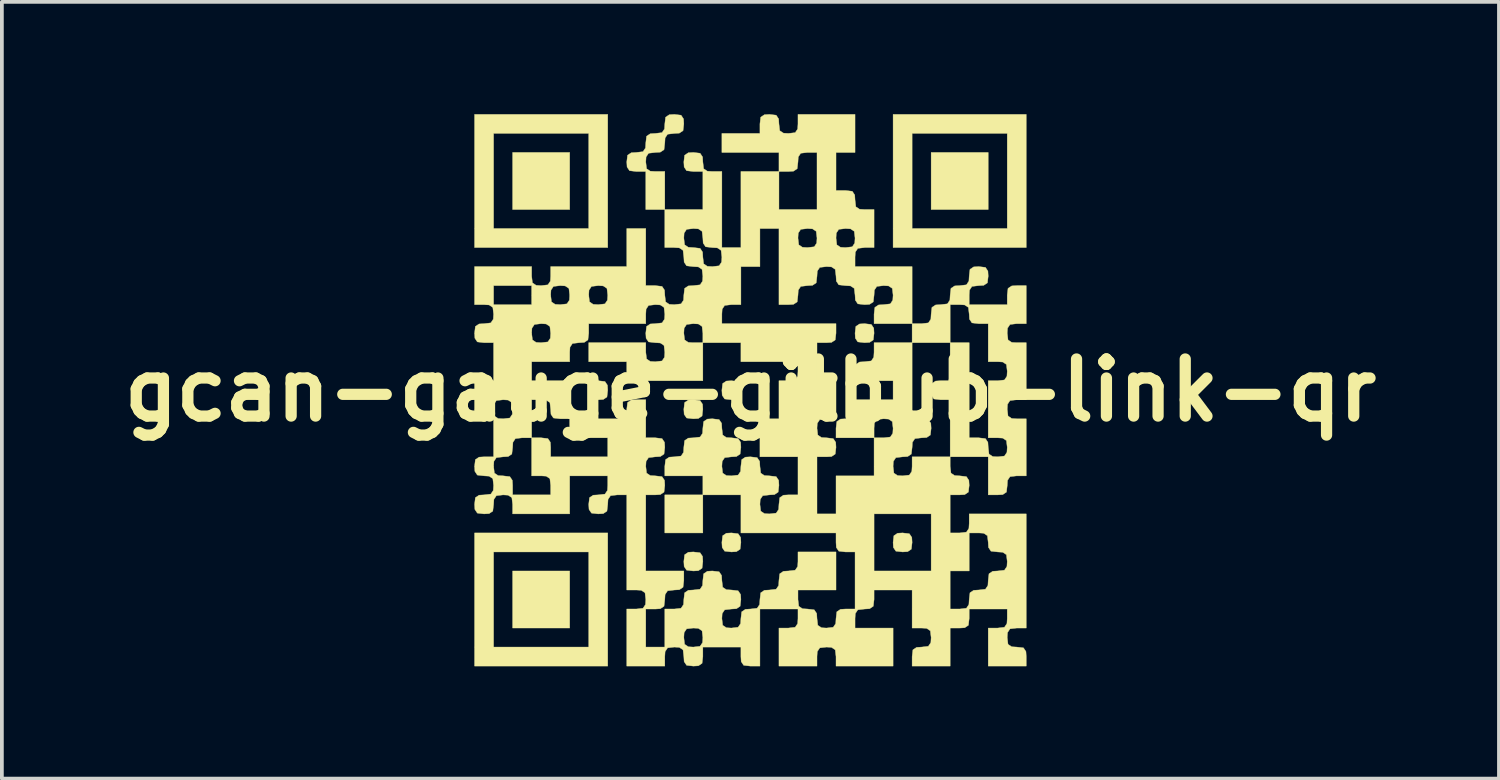
<source format=kicad_pcb>
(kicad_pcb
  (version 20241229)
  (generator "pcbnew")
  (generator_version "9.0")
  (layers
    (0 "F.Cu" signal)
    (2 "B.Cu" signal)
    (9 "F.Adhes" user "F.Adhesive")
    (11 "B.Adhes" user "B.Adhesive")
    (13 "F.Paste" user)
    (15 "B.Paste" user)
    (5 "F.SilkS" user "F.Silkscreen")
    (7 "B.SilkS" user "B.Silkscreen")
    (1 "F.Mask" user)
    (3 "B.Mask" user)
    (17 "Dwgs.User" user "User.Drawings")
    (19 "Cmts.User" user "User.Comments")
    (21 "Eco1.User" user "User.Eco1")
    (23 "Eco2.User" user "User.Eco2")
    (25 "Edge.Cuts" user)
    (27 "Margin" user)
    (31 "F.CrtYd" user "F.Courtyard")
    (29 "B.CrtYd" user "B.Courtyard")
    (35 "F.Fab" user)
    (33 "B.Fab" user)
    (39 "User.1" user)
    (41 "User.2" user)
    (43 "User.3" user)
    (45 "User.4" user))
  (footprint "gcan-gauge-github-link-qr"
    (layer "F.Cu")
    (at 16.989 7.371)
    (property "Reference" "gcan-gauge-github-link-qr" (at 0 0 0) (layer "F.SilkS") (effects (font (size 1.524 1.524) (thickness 0.3))))
    (attr through_hole)
    (fp_poly (pts (xy -4.826 -4.826) (xy -6.35 -4.826) (xy -6.35 -6.35) (xy -4.826 -6.35) (xy -4.826 -4.826)) (stroke (width 0.01) (type solid)) (fill yes) (layer "F.SilkS"))
    (fp_poly (pts (xy -4.826 6.35) (xy -6.35 6.35) (xy -6.35 4.826) (xy -4.826 4.826) (xy -4.826 6.35)) (stroke (width 0.01) (type solid)) (fill yes) (layer "F.SilkS"))
    (fp_poly (pts (xy -1.27 3.81) (xy -2.286 3.81) (xy -2.286 2.794) (xy -1.27 2.794) (xy -1.27 3.81)) (stroke (width 0.01) (type solid)) (fill yes) (layer "F.SilkS"))
    (fp_poly (pts (xy 6.35 -4.826) (xy 4.826 -4.826) (xy 4.826 -6.35) (xy 6.35 -6.35) (xy 6.35 -4.826)) (stroke (width 0.01) (type solid)) (fill yes) (layer "F.SilkS"))
    (fp_poly (pts (xy -3.81 -3.81) (xy -7.366 -3.81) (xy -7.366 -6.858) (xy -6.858 -6.858) (xy -6.858 -4.318) (xy -4.318 -4.318) (xy -4.318 -6.858) (xy -6.858 -6.858) (xy -7.366 -6.858) (xy -7.366 -7.366) (xy -3.81 -7.366) (xy -3.81 -3.81)) (stroke (width 0.01) (type solid)) (fill yes) (layer "F.SilkS"))
    (fp_poly (pts (xy -3.81 7.366) (xy -7.366 7.366) (xy -7.366 4.318) (xy -6.858 4.318) (xy -6.858 6.858) (xy -4.318 6.858) (xy -4.318 4.318) (xy -6.858 4.318) (xy -7.366 4.318) (xy -7.366 3.81) (xy -3.81 3.81) (xy -3.81 7.366)) (stroke (width 0.01) (type solid)) (fill yes) (layer "F.SilkS"))
    (fp_poly (pts (xy 7.366 -3.81) (xy 3.81 -3.81) (xy 3.81 -6.858) (xy 4.318 -6.858) (xy 4.318 -4.318) (xy 6.858 -4.318) (xy 6.858 -6.858) (xy 4.318 -6.858) (xy 3.81 -6.858) (xy 3.81 -7.366) (xy 7.366 -7.366) (xy 7.366 -3.81)) (stroke (width 0.01) (type solid)) (fill yes) (layer "F.SilkS"))
    (fp_poly (pts (xy -3.884 -0.233) (xy -3.818 -0.134) (xy -3.81 0) (xy -3.831 0.18) (xy -3.93 0.246) (xy -4.064 0.254) (xy -4.244 0.233) (xy -4.31 0.134) (xy -4.318 0) (xy -4.297 -0.18) (xy -4.198 -0.246) (xy -4.064 -0.254) (xy -3.884 -0.233)) (stroke (width 0.01) (type solid)) (fill yes) (layer "F.SilkS"))
    (fp_poly (pts (xy -1.344 0.275) (xy -1.278 0.374) (xy -1.27 0.508) (xy -1.291 0.688) (xy -1.39 0.754) (xy -1.524 0.762) (xy -1.704 0.741) (xy -1.77 0.642) (xy -1.778 0.508) (xy -1.757 0.328) (xy -1.658 0.262) (xy -1.524 0.254) (xy -1.344 0.275)) (stroke (width 0.01) (type solid)) (fill yes) (layer "F.SilkS"))
    (fp_poly (pts (xy -1.344 4.339) (xy -1.278 4.438) (xy -1.27 4.572) (xy -1.291 4.752) (xy -1.39 4.818) (xy -1.524 4.826) (xy -1.704 4.805) (xy -1.77 4.706) (xy -1.778 4.572) (xy -1.757 4.392) (xy -1.658 4.326) (xy -1.524 4.318) (xy -1.344 4.339)) (stroke (width 0.01) (type solid)) (fill yes) (layer "F.SilkS"))
    (fp_poly (pts (xy -0.328 -0.233) (xy -0.262 -0.134) (xy -0.254 0) (xy -0.275 0.18) (xy -0.374 0.246) (xy -0.508 0.254) (xy -0.688 0.233) (xy -0.754 0.134) (xy -0.762 0) (xy -0.741 -0.18) (xy -0.642 -0.246) (xy -0.508 -0.254) (xy -0.328 -0.233)) (stroke (width 0.01) (type solid)) (fill yes) (layer "F.SilkS"))
    (fp_poly (pts (xy -0.328 3.831) (xy -0.262 3.93) (xy -0.254 4.064) (xy -0.275 4.244) (xy -0.374 4.31) (xy -0.508 4.318) (xy -0.688 4.297) (xy -0.754 4.198) (xy -0.762 4.064) (xy -0.741 3.884) (xy -0.642 3.818) (xy -0.508 3.81) (xy -0.328 3.831)) (stroke (width 0.01) (type solid)) (fill yes) (layer "F.SilkS"))
    (fp_poly (pts (xy 3.228 -1.757) (xy 3.294 -1.658) (xy 3.302 -1.524) (xy 3.281 -1.344) (xy 3.182 -1.278) (xy 3.048 -1.27) (xy 2.868 -1.291) (xy 2.802 -1.39) (xy 2.794 -1.524) (xy 2.815 -1.704) (xy 2.914 -1.77) (xy 3.048 -1.778) (xy 3.228 -1.757)) (stroke (width 0.01) (type solid)) (fill yes) (layer "F.SilkS"))
    (fp_poly (pts (xy 4.244 3.831) (xy 4.31 3.93) (xy 4.318 4.064) (xy 4.297 4.244) (xy 4.198 4.31) (xy 4.064 4.318) (xy 3.884 4.297) (xy 3.818 4.198) (xy 3.81 4.064) (xy 3.831 3.884) (xy 3.93 3.818) (xy 4.064 3.81) (xy 4.244 3.831)) (stroke (width 0.01) (type solid)) (fill yes) (layer "F.SilkS"))
    (fp_poly (pts (xy -1.852 -7.345) (xy -1.786 -7.246) (xy -1.778 -7.112) (xy -1.799 -6.932) (xy -1.898 -6.866) (xy -2.032 -6.858) (xy -2.212 -6.837) (xy -2.278 -6.738) (xy -2.286 -6.604) (xy -2.307 -6.424) (xy -2.406 -6.358) (xy -2.54 -6.35) (xy -2.72 -6.329) (xy -2.786 -6.23) (xy -2.794 -6.096) (xy -2.773 -5.916) (xy -2.674 -5.85) (xy -2.54 -5.842) (xy -2.286 -5.842) (xy -2.286 -4.826) (xy -2.794 -4.826) (xy -2.794 -5.842) (xy -3.048 -5.842) (xy -3.228 -5.863) (xy -3.294 -5.962) (xy -3.302 -6.096) (xy -3.281 -6.276) (xy -3.182 -6.342) (xy -3.048 -6.35) (xy -2.868 -6.371) (xy -2.802 -6.47) (xy -2.794 -6.604) (xy -2.773 -6.784) (xy -2.674 -6.85) (xy -2.54 -6.858) (xy -2.36 -6.879) (xy -2.294 -6.978) (xy -2.286 -7.112) (xy -2.265 -7.292) (xy -2.166 -7.358) (xy -2.032 -7.366) (xy -1.852 -7.345)) (stroke (width 0.01) (type solid)) (fill yes) (layer "F.SilkS"))
    (fp_poly (pts (xy 2.794 -6.35) (xy 2.286 -6.35) (xy 2.286 -5.334) (xy 2.54 -5.334) (xy 2.72 -5.313) (xy 2.786 -5.214) (xy 2.794 -5.08) (xy 2.815 -4.9) (xy 2.914 -4.834) (xy 3.048 -4.826) (xy 3.302 -4.826) (xy 3.302 -3.81) (xy 3.048 -3.81) (xy 2.868 -3.789) (xy 2.802 -3.69) (xy 2.794 -3.556) (xy 2.794 -3.302) (xy 4.318 -3.302) (xy 4.318 -1.778) (xy 4.572 -1.778) (xy 4.752 -1.799) (xy 4.818 -1.898) (xy 4.826 -2.032) (xy 4.847 -2.212) (xy 4.946 -2.278) (xy 5.08 -2.286) (xy 5.334 -2.286) (xy 5.334 -1.27) (xy 5.842 -1.27) (xy 5.842 1.27) (xy 6.096 1.27) (xy 6.276 1.291) (xy 6.342 1.39) (xy 6.35 1.524) (xy 6.371 1.704) (xy 6.47 1.77) (xy 6.604 1.778) (xy 6.784 1.757) (xy 6.85 1.658) (xy 6.858 1.524) (xy 6.837 1.344) (xy 6.738 1.278) (xy 6.604 1.27) (xy 6.35 1.27) (xy 6.35 -0.254) (xy 6.604 -0.254) (xy 6.784 -0.275) (xy 6.85 -0.374) (xy 6.858 -0.508) (xy 6.837 -0.688) (xy 6.738 -0.754) (xy 6.604 -0.762) (xy 6.35 -0.762) (xy 6.35 -1.778) (xy 6.096 -1.778) (xy 5.916 -1.799) (xy 5.85 -1.898) (xy 5.842 -2.032) (xy 5.821 -2.212) (xy 5.722 -2.278) (xy 5.588 -2.286) (xy 5.334 -2.286) (xy 5.08 -2.286) (xy 5.26 -2.307) (xy 5.326 -2.406) (xy 5.334 -2.54) (xy 5.355 -2.72) (xy 5.454 -2.786) (xy 5.588 -2.794) (xy 5.768 -2.815) (xy 5.834 -2.914) (xy 5.842 -3.048) (xy 5.863 -3.228) (xy 5.962 -3.294) (xy 6.096 -3.302) (xy 6.276 -3.281) (xy 6.342 -3.182) (xy 6.35 -3.048) (xy 6.329 -2.868) (xy 6.23 -2.802) (xy 6.096 -2.794) (xy 5.916 -2.773) (xy 5.85 -2.674) (xy 5.842 -2.54) (xy 5.842 -2.286) (xy 6.858 -2.286) (xy 6.858 -2.54) (xy 6.879 -2.72) (xy 6.978 -2.786) (xy 7.112 -2.794) (xy 7.366 -2.794) (xy 7.366 -1.778) (xy 7.112 -1.778) (xy 6.932 -1.757) (xy 6.866 -1.658) (xy 6.858 -1.524) (xy 6.879 -1.344) (xy 6.978 -1.278) (xy 7.112 -1.27) (xy 7.366 -1.27) (xy 7.366 0.254) (xy 7.112 0.254) (xy 6.932 0.275) (xy 6.866 0.374) (xy 6.858 0.508) (xy 6.879 0.688) (xy 6.978 0.754) (xy 7.112 0.762) (xy 7.366 0.762) (xy 7.366 2.286) (xy 7.112 2.286) (xy 6.932 2.307) (xy 6.866 2.406) (xy 6.858 2.54) (xy 6.837 2.72) (xy 6.738 2.786) (xy 6.604 2.794) (xy 6.35 2.794) (xy 6.35 1.778) (xy 5.334 1.778) (xy 5.334 2.032) (xy 5.355 2.212) (xy 5.454 2.278) (xy 5.588 2.286) (xy 5.768 2.307) (xy 5.834 2.406) (xy 5.842 2.54) (xy 5.821 2.72) (xy 5.722 2.786) (xy 5.588 2.794) (xy 5.334 2.794) (xy 5.334 3.81) (xy 5.588 3.81) (xy 5.768 3.789) (xy 5.834 3.69) (xy 5.842 3.556) (xy 5.842 3.302) (xy 7.366 3.302) (xy 7.366 6.35) (xy 7.112 6.35) (xy 6.932 6.371) (xy 6.866 6.47) (xy 6.858 6.604) (xy 6.879 6.784) (xy 6.978 6.85) (xy 7.112 6.858) (xy 7.292 6.879) (xy 7.358 6.978) (xy 7.366 7.112) (xy 7.366 7.366) (xy 6.35 7.366) (xy 6.35 6.35) (xy 6.604 6.35) (xy 6.784 6.329) (xy 6.85 6.23) (xy 6.858 6.096) (xy 6.858 5.842) (xy 5.842 5.842) (xy 5.842 6.096) (xy 5.821 6.276) (xy 5.722 6.342) (xy 5.588 6.35) (xy 5.334 6.35) (xy 5.334 7.366) (xy 4.318 7.366) (xy 4.318 7.112) (xy 4.339 6.932) (xy 4.438 6.866) (xy 4.572 6.858) (xy 4.752 6.837) (xy 4.818 6.738) (xy 4.826 6.604) (xy 4.805 6.424) (xy 4.706 6.358) (xy 4.572 6.35) (xy 4.318 6.35) (xy 4.318 5.334) (xy 3.302 5.334) (xy 3.302 5.588) (xy 3.281 5.768) (xy 3.182 5.834) (xy 3.048 5.842) (xy 2.868 5.863) (xy 2.802 5.962) (xy 2.794 6.096) (xy 2.794 6.35) (xy 3.81 6.35) (xy 3.81 7.366) (xy 2.286 7.366) (xy 2.286 7.112) (xy 2.265 6.932) (xy 2.166 6.866) (xy 2.032 6.858) (xy 1.852 6.879) (xy 1.786 6.978) (xy 1.778 7.112) (xy 1.778 7.366) (xy 0.762 7.366) (xy 0.762 6.35) (xy 1.016 6.35) (xy 1.196 6.329) (xy 1.262 6.23) (xy 1.27 6.096) (xy 1.27 5.842) (xy 0.254 5.842) (xy 0.254 7.366) (xy 0 7.366) (xy -0.18 7.345) (xy -0.246 7.246) (xy -0.254 7.112) (xy -0.254 6.858) (xy -1.27 6.858) (xy -1.27 7.112) (xy -1.291 7.292) (xy -1.39 7.358) (xy -1.524 7.366) (xy -1.704 7.345) (xy -1.77 7.246) (xy -1.778 7.112) (xy -1.799 6.932) (xy -1.898 6.866) (xy -2.032 6.858) (xy -2.212 6.879) (xy -2.278 6.978) (xy -2.286 7.112) (xy -2.286 7.366) (xy -3.302 7.366) (xy -3.302 5.842) (xy -3.048 5.842) (xy -2.868 5.821) (xy -2.802 5.722) (xy -2.794 5.588) (xy -2.815 5.408) (xy -2.914 5.342) (xy -3.048 5.334) (xy -3.302 5.334) (xy -3.302 2.794) (xy -3.556 2.794) (xy -3.736 2.815) (xy -3.802 2.914) (xy -3.81 3.048) (xy -3.831 3.228) (xy -3.93 3.294) (xy -4.064 3.302) (xy -4.244 3.281) (xy -4.31 3.182) (xy -4.318 3.048) (xy -4.297 2.868) (xy -4.198 2.802) (xy -4.064 2.794) (xy -3.884 2.773) (xy -3.818 2.674) (xy -3.81 2.54) (xy -3.81 2.286) (xy -4.826 2.286) (xy -4.826 3.302) (xy -6.35 3.302) (xy -6.35 3.048) (xy -6.371 2.868) (xy -6.47 2.802) (xy -6.604 2.794) (xy -6.784 2.815) (xy -6.85 2.914) (xy -6.858 3.048) (xy -6.879 3.228) (xy -6.978 3.294) (xy -7.112 3.302) (xy -7.292 3.281) (xy -7.358 3.182) (xy -7.366 3.048) (xy -7.345 2.868) (xy -7.246 2.802) (xy -7.112 2.794) (xy -6.932 2.773) (xy -6.866 2.674) (xy -6.858 2.54) (xy -6.879 2.36) (xy -6.978 2.294) (xy -7.112 2.286) (xy -7.292 2.265) (xy -7.358 2.166) (xy -7.366 2.032) (xy -6.858 2.032) (xy -6.837 2.212) (xy -6.738 2.278) (xy -6.604 2.286) (xy -6.424 2.307) (xy -6.358 2.406) (xy -6.35 2.54) (xy -6.35 2.794) (xy -5.334 2.794) (xy -5.334 2.54) (xy -5.355 2.36) (xy -5.454 2.294) (xy -5.588 2.286) (xy -5.842 2.286) (xy -5.842 1.27) (xy -6.096 1.27) (xy -6.276 1.291) (xy -6.342 1.39) (xy -6.35 1.524) (xy -6.371 1.704) (xy -6.47 1.77) (xy -6.604 1.778) (xy -6.784 1.799) (xy -6.85 1.898) (xy -6.858 2.032) (xy -7.366 2.032) (xy -7.345 1.852) (xy -7.246 1.786) (xy -7.112 1.778) (xy -6.858 1.778) (xy -6.858 0.762) (xy -7.366 0.762) (xy -7.366 0.508) (xy -6.858 0.508) (xy -6.837 0.688) (xy -6.738 0.754) (xy -6.604 0.762) (xy -6.424 0.741) (xy -6.358 0.642) (xy -6.35 0.508) (xy -6.371 0.328) (xy -6.47 0.262) (xy -6.604 0.254) (xy -5.842 0.254) (xy -5.842 1.27) (xy -5.588 1.27) (xy -5.408 1.291) (xy -5.342 1.39) (xy -5.334 1.524) (xy -5.334 1.778) (xy -3.81 1.778) (xy -3.81 1.27) (xy -4.826 1.27) (xy -4.826 0.762) (xy -5.08 0.762) (xy -5.26 0.741) (xy -5.326 0.642) (xy -5.334 0.508) (xy -5.355 0.328) (xy -5.454 0.262) (xy -5.588 0.254) (xy -5.842 0.254) (xy -6.604 0.254) (xy -6.784 0.275) (xy -6.85 0.374) (xy -6.858 0.508) (xy -7.366 0.508) (xy -7.366 -0.254) (xy -6.858 -0.254) (xy -6.858 -0.762) (xy -5.842 -0.762) (xy -5.842 -0.254) (xy -4.826 -0.254) (xy -4.826 0.762) (xy -3.302 0.762) (xy -3.302 0.508) (xy -3.281 0.328) (xy -3.182 0.262) (xy -3.048 0.254) (xy -2.794 0.254) (xy -2.794 1.27) (xy -2.54 1.27) (xy -2.36 1.291) (xy -2.294 1.39) (xy -2.286 1.524) (xy -2.307 1.704) (xy -2.406 1.77) (xy -2.54 1.778) (xy -2.72 1.799) (xy -2.786 1.898) (xy -2.794 2.032) (xy -2.773 2.212) (xy -2.674 2.278) (xy -2.54 2.286) (xy -2.36 2.307) (xy -2.294 2.406) (xy -2.286 2.54) (xy -2.307 2.72) (xy -2.406 2.786) (xy -2.54 2.794) (xy -2.794 2.794) (xy -2.794 4.826) (xy -1.778 4.826) (xy -1.778 5.08) (xy -1.799 5.26) (xy -1.898 5.326) (xy -2.032 5.334) (xy -2.212 5.355) (xy -2.278 5.454) (xy -2.286 5.588) (xy -2.307 5.768) (xy -2.406 5.834) (xy -2.54 5.842) (xy -2.794 5.842) (xy -2.794 6.858) (xy -2.286 6.858) (xy -2.286 6.604) (xy -1.778 6.604) (xy -1.757 6.784) (xy -1.658 6.85) (xy -1.524 6.858) (xy -1.344 6.837) (xy -1.278 6.738) (xy -1.27 6.604) (xy -1.291 6.424) (xy -1.39 6.358) (xy -1.524 6.35) (xy -1.704 6.371) (xy -1.77 6.47) (xy -1.778 6.604) (xy -2.286 6.604) (xy -2.286 5.842) (xy -2.032 5.842) (xy -1.852 5.821) (xy -1.786 5.722) (xy -1.778 5.588) (xy -1.757 5.408) (xy -1.658 5.342) (xy -1.524 5.334) (xy -1.344 5.313) (xy -1.278 5.214) (xy -1.27 5.08) (xy -1.249 4.9) (xy -1.15 4.834) (xy -1.016 4.826) (xy -0.836 4.847) (xy -0.77 4.946) (xy -0.762 5.08) (xy -0.741 5.26) (xy -0.642 5.326) (xy -0.508 5.334) (xy -0.328 5.355) (xy -0.262 5.454) (xy -0.254 5.588) (xy -0.275 5.768) (xy -0.374 5.834) (xy -0.508 5.842) (xy -0.688 5.863) (xy -0.754 5.962) (xy -0.762 6.096) (xy -0.741 6.276) (xy -0.642 6.342) (xy -0.508 6.35) (xy -0.328 6.329) (xy -0.262 6.23) (xy -0.254 6.096) (xy -0.233 5.916) (xy -0.134 5.85) (xy 0 5.842) (xy 0.18 5.821) (xy 0.246 5.722) (xy 0.254 5.588) (xy 0.275 5.408) (xy 0.374 5.342) (xy 0.508 5.334) (xy 0.688 5.313) (xy 0.754 5.214) (xy 0.762 5.08) (xy 0.783 4.9) (xy 0.882 4.834) (xy 1.016 4.826) (xy 1.196 4.805) (xy 1.262 4.706) (xy 1.27 4.572) (xy 1.27 4.318) (xy 2.286 4.318) (xy 2.286 5.334) (xy 1.27 5.334) (xy 1.27 5.588) (xy 1.291 5.768) (xy 1.39 5.834) (xy 1.524 5.842) (xy 1.704 5.863) (xy 1.77 5.962) (xy 1.778 6.096) (xy 1.799 6.276) (xy 1.898 6.342) (xy 2.032 6.35) (xy 2.212 6.329) (xy 2.278 6.23) (xy 2.286 6.096) (xy 2.307 5.916) (xy 2.406 5.85) (xy 2.54 5.842) (xy 2.794 5.842) (xy 2.794 4.318) (xy 2.54 4.318) (xy 2.36 4.297) (xy 2.294 4.198) (xy 2.286 4.064) (xy 2.286 3.81) (xy -0.254 3.81) (xy -0.254 2.794) (xy -1.27 2.794) (xy -1.27 2.286) (xy -2.286 2.286) (xy -2.286 2.032) (xy -2.265 1.852) (xy -2.166 1.786) (xy -2.032 1.778) (xy -1.852 1.757) (xy -1.786 1.658) (xy -1.778 1.524) (xy -1.757 1.344) (xy -1.658 1.278) (xy -1.524 1.27) (xy -1.344 1.249) (xy -1.278 1.15) (xy -1.27 1.016) (xy -1.249 0.836) (xy -1.15 0.77) (xy -1.016 0.762) (xy -0.836 0.783) (xy -0.77 0.882) (xy -0.762 1.016) (xy -0.741 1.196) (xy -0.642 1.262) (xy -0.508 1.27) (xy -0.328 1.291) (xy -0.262 1.39) (xy -0.254 1.524) (xy -0.275 1.704) (xy -0.374 1.77) (xy -0.508 1.778) (xy -0.688 1.799) (xy -0.754 1.898) (xy -0.762 2.032) (xy -0.741 2.212) (xy -0.642 2.278) (xy -0.508 2.286) (xy -0.328 2.265) (xy -0.262 2.166) (xy -0.254 2.032) (xy -0.233 1.852) (xy -0.134 1.786) (xy 0 1.778) (xy 0.18 1.799) (xy 0.246 1.898) (xy 0.254 2.032) (xy 0.275 2.212) (xy 0.374 2.278) (xy 0.508 2.286) (xy 0.688 2.307) (xy 0.754 2.406) (xy 0.762 2.54) (xy 0.741 2.72) (xy 0.642 2.786) (xy 0.508 2.794) (xy 0.328 2.815) (xy 0.262 2.914) (xy 0.254 3.048) (xy 0.275 3.228) (xy 0.374 3.294) (xy 0.508 3.302) (xy 0.688 3.281) (xy 0.754 3.182) (xy 0.762 3.048) (xy 0.783 2.868) (xy 0.882 2.802) (xy 1.016 2.794) (xy 1.27 2.794) (xy 1.27 1.778) (xy 0.254 1.778) (xy 0.254 0.762) (xy 0.762 0.762) (xy 0.762 -0.254) (xy 1.016 -0.254) (xy 1.196 -0.275) (xy 1.262 -0.374) (xy 1.27 -0.508) (xy 1.27 -0.762) (xy -0.254 -0.762) (xy -0.254 -1.27) (xy -1.27 -1.27) (xy -1.27 -0.254) (xy -3.302 -0.254) (xy -3.302 -0.762) (xy -4.318 -0.762) (xy -4.318 -1.27) (xy -2.794 -1.27) (xy -2.794 -1.016) (xy -2.773 -0.836) (xy -2.674 -0.77) (xy -2.54 -0.762) (xy -2.36 -0.783) (xy -2.294 -0.882) (xy -2.286 -1.016) (xy -2.307 -1.196) (xy -2.406 -1.262) (xy -2.54 -1.27) (xy -2.72 -1.291) (xy -2.786 -1.39) (xy -2.794 -1.524) (xy -1.778 -1.524) (xy -1.757 -1.344) (xy -1.658 -1.278) (xy -1.524 -1.27) (xy -1.27 -1.27) (xy -1.27 -1.524) (xy -1.291 -1.704) (xy -1.39 -1.77) (xy -1.524 -1.778) (xy -1.704 -1.757) (xy -1.77 -1.658) (xy -1.778 -1.524) (xy -2.794 -1.524) (xy -2.773 -1.704) (xy -2.674 -1.77) (xy -2.54 -1.778) (xy -2.36 -1.799) (xy -2.294 -1.898) (xy -2.286 -2.032) (xy -0.762 -2.032) (xy -0.762 -1.778) (xy 2.286 -1.778) (xy 2.286 -1.524) (xy 2.265 -1.344) (xy 2.166 -1.278) (xy 2.032 -1.27) (xy 1.778 -1.27) (xy 1.778 -0.254) (xy 2.286 -0.254) (xy 2.286 0.762) (xy 2.032 0.762) (xy 1.852 0.783) (xy 1.786 0.882) (xy 1.778 1.016) (xy 1.799 1.196) (xy 1.898 1.262) (xy 2.032 1.27) (xy 2.212 1.291) (xy 2.278 1.39) (xy 2.286 1.524) (xy 2.265 1.704) (xy 2.166 1.77) (xy 2.032 1.778) (xy 1.778 1.778) (xy 1.778 3.302) (xy 2.286 3.302) (xy 3.302 3.302) (xy 3.302 4.826) (xy 4.826 4.826) (xy 5.334 4.826) (xy 5.334 5.842) (xy 5.588 5.842) (xy 5.768 5.821) (xy 5.834 5.722) (xy 5.842 5.588) (xy 5.863 5.408) (xy 5.962 5.342) (xy 6.096 5.334) (xy 6.276 5.313) (xy 6.342 5.214) (xy 6.35 5.08) (xy 6.371 4.9) (xy 6.47 4.834) (xy 6.604 4.826) (xy 6.784 4.805) (xy 6.85 4.706) (xy 6.858 4.572) (xy 6.837 4.392) (xy 6.738 4.326) (xy 6.604 4.318) (xy 6.424 4.297) (xy 6.358 4.198) (xy 6.35 4.064) (xy 6.329 3.884) (xy 6.23 3.818) (xy 6.096 3.81) (xy 5.842 3.81) (xy 5.842 4.826) (xy 5.334 4.826) (xy 4.826 4.826) (xy 4.826 3.302) (xy 3.302 3.302) (xy 2.286 3.302) (xy 2.286 2.286) (xy 3.302 2.286) (xy 3.302 2.032) (xy 3.81 2.032) (xy 3.831 2.212) (xy 3.93 2.278) (xy 4.064 2.286) (xy 4.244 2.265) (xy 4.31 2.166) (xy 4.318 2.032) (xy 4.318 1.778) (xy 5.334 1.778) (xy 5.334 0.254) (xy 5.08 0.254) (xy 4.9 0.233) (xy 4.834 0.134) (xy 4.826 0) (xy 4.847 -0.18) (xy 4.946 -0.246) (xy 5.08 -0.254) (xy 5.334 -0.254) (xy 5.334 -1.27) (xy 4.318 -1.27) (xy 4.318 0.762) (xy 4.572 0.762) (xy 4.752 0.783) (xy 4.818 0.882) (xy 4.826 1.016) (xy 4.805 1.196) (xy 4.706 1.262) (xy 4.572 1.27) (xy 4.392 1.291) (xy 4.326 1.39) (xy 4.318 1.524) (xy 4.297 1.704) (xy 4.198 1.77) (xy 4.064 1.778) (xy 3.884 1.799) (xy 3.818 1.898) (xy 3.81 2.032) (xy 3.302 2.032) (xy 3.302 1.27) (xy 2.286 1.27) (xy 2.286 1.016) (xy 3.302 1.016) (xy 3.302 1.27) (xy 3.556 1.27) (xy 3.736 1.249) (xy 3.802 1.15) (xy 3.81 1.016) (xy 3.789 0.836) (xy 3.69 0.77) (xy 3.556 0.762) (xy 3.376 0.783) (xy 3.31 0.882) (xy 3.302 1.016) (xy 2.286 1.016) (xy 2.307 0.836) (xy 2.406 0.77) (xy 2.54 0.762) (xy 2.72 0.741) (xy 2.786 0.642) (xy 2.794 0.508) (xy 2.794 0.254) (xy 3.81 0.254) (xy 3.81 -0.254) (xy 2.794 -0.254) (xy 2.794 -0.508) (xy 2.815 -0.688) (xy 2.914 -0.754) (xy 3.048 -0.762) (xy 3.228 -0.783) (xy 3.294 -0.882) (xy 3.302 -1.016) (xy 3.302 -1.27) (xy 4.318 -1.27) (xy 4.318 -1.778) (xy 3.302 -1.778) (xy 3.302 -2.032) (xy 3.323 -2.212) (xy 3.422 -2.278) (xy 3.556 -2.286) (xy 3.736 -2.307) (xy 3.802 -2.406) (xy 3.81 -2.54) (xy 3.789 -2.72) (xy 3.69 -2.786) (xy 3.556 -2.794) (xy 3.376 -2.773) (xy 3.31 -2.674) (xy 3.302 -2.54) (xy 3.281 -2.36) (xy 3.182 -2.294) (xy 3.048 -2.286) (xy 2.868 -2.307) (xy 2.802 -2.406) (xy 2.794 -2.54) (xy 2.773 -2.72) (xy 2.674 -2.786) (xy 2.54 -2.794) (xy 2.36 -2.815) (xy 2.294 -2.914) (xy 2.286 -3.048) (xy 2.265 -3.228) (xy 2.166 -3.294) (xy 2.032 -3.302) (xy 1.852 -3.281) (xy 1.786 -3.182) (xy 1.778 -3.048) (xy 1.757 -2.868) (xy 1.658 -2.802) (xy 1.524 -2.794) (xy 1.344 -2.773) (xy 1.278 -2.674) (xy 1.27 -2.54) (xy 1.249 -2.36) (xy 1.15 -2.294) (xy 1.016 -2.286) (xy 0.762 -2.286) (xy 0.762 -4.064) (xy 1.27 -4.064) (xy 1.291 -3.884) (xy 1.39 -3.818) (xy 1.524 -3.81) (xy 1.704 -3.831) (xy 1.77 -3.93) (xy 1.778 -4.064) (xy 2.286 -4.064) (xy 2.307 -3.884) (xy 2.406 -3.818) (xy 2.54 -3.81) (xy 2.72 -3.831) (xy 2.786 -3.93) (xy 2.794 -4.064) (xy 2.773 -4.244) (xy 2.674 -4.31) (xy 2.54 -4.318) (xy 2.36 -4.297) (xy 2.294 -4.198) (xy 2.286 -4.064) (xy 1.778 -4.064) (xy 1.757 -4.244) (xy 1.658 -4.31) (xy 1.524 -4.318) (xy 1.344 -4.297) (xy 1.278 -4.198) (xy 1.27 -4.064) (xy 0.762 -4.064) (xy 0.762 -4.318) (xy 0.254 -4.318) (xy 0.254 -3.302) (xy -0.254 -3.302) (xy -0.254 -2.286) (xy -0.508 -2.286) (xy -0.688 -2.265) (xy -0.754 -2.166) (xy -0.762 -2.032) (xy -2.286 -2.032) (xy -2.307 -2.212) (xy -2.406 -2.278) (xy -2.54 -2.286) (xy -2.72 -2.265) (xy -2.786 -2.166) (xy -2.794 -2.032) (xy -2.794 -1.778) (xy -4.318 -1.778) (xy -4.318 -1.524) (xy -4.339 -1.344) (xy -4.438 -1.278) (xy -4.572 -1.27) (xy -4.752 -1.249) (xy -4.818 -1.15) (xy -4.826 -1.016) (xy -4.826 -0.762) (xy -5.842 -0.762) (xy -6.858 -0.762) (xy -6.858 -1.27) (xy -7.112 -1.27) (xy -7.292 -1.291) (xy -7.358 -1.39) (xy -7.366 -1.524) (xy -5.842 -1.524) (xy -5.821 -1.344) (xy -5.722 -1.278) (xy -5.588 -1.27) (xy -5.408 -1.291) (xy -5.342 -1.39) (xy -5.334 -1.524) (xy -5.355 -1.704) (xy -5.454 -1.77) (xy -5.588 -1.778) (xy -5.768 -1.757) (xy -5.834 -1.658) (xy -5.842 -1.524) (xy -7.366 -1.524) (xy -7.345 -1.704) (xy -7.246 -1.77) (xy -7.112 -1.778) (xy -6.932 -1.799) (xy -6.866 -1.898) (xy -6.858 -2.032) (xy -6.879 -2.212) (xy -6.978 -2.278) (xy -7.112 -2.286) (xy -7.366 -2.286) (xy -7.366 -2.794) (xy -6.858 -2.794) (xy -6.858 -2.286) (xy -5.842 -2.286) (xy -5.842 -2.54) (xy -5.334 -2.54) (xy -5.313 -2.36) (xy -5.214 -2.294) (xy -5.08 -2.286) (xy -4.9 -2.307) (xy -4.834 -2.406) (xy -4.826 -2.54) (xy -4.318 -2.54) (xy -4.297 -2.36) (xy -4.198 -2.294) (xy -4.064 -2.286) (xy -3.884 -2.307) (xy -3.818 -2.406) (xy -3.81 -2.54) (xy -3.831 -2.72) (xy -3.93 -2.786) (xy -4.064 -2.794) (xy -4.244 -2.773) (xy -4.31 -2.674) (xy -4.318 -2.54) (xy -4.826 -2.54) (xy -4.847 -2.72) (xy -4.946 -2.786) (xy -5.08 -2.794) (xy -5.26 -2.773) (xy -5.326 -2.674) (xy -5.334 -2.54) (xy -5.842 -2.54) (xy -5.842 -2.794) (xy -6.858 -2.794) (xy -7.366 -2.794) (xy -7.366 -3.302) (xy -5.842 -3.302) (xy -5.842 -3.048) (xy -5.821 -2.868) (xy -5.722 -2.802) (xy -5.588 -2.794) (xy -5.408 -2.815) (xy -5.342 -2.914) (xy -5.334 -3.048) (xy -5.334 -3.302) (xy -3.302 -3.302) (xy -3.302 -4.318) (xy -2.794 -4.318) (xy -2.794 -2.794) (xy -2.54 -2.794) (xy -2.36 -2.773) (xy -2.294 -2.674) (xy -2.286 -2.54) (xy -2.265 -2.36) (xy -2.166 -2.294) (xy -2.032 -2.286) (xy -1.852 -2.307) (xy -1.786 -2.406) (xy -1.778 -2.54) (xy -1.757 -2.72) (xy -1.658 -2.786) (xy -1.524 -2.794) (xy -1.344 -2.815) (xy -1.278 -2.914) (xy -1.27 -3.048) (xy -1.291 -3.228) (xy -1.39 -3.294) (xy -1.524 -3.302) (xy -1.704 -3.323) (xy -1.77 -3.422) (xy -1.778 -3.556) (xy -1.799 -3.736) (xy -1.898 -3.802) (xy -2.032 -3.81) (xy -2.286 -3.81) (xy -2.286 -4.064) (xy -1.778 -4.064) (xy -1.757 -3.884) (xy -1.658 -3.818) (xy -1.524 -3.81) (xy -1.344 -3.789) (xy -1.278 -3.69) (xy -1.27 -3.556) (xy -1.249 -3.376) (xy -1.15 -3.31) (xy -1.016 -3.302) (xy -0.836 -3.323) (xy -0.77 -3.422) (xy -0.762 -3.556) (xy -0.783 -3.736) (xy -0.882 -3.802) (xy -1.016 -3.81) (xy -1.196 -3.831) (xy -1.262 -3.93) (xy -1.27 -4.064) (xy -1.291 -4.244) (xy -1.39 -4.31) (xy -1.524 -4.318) (xy -1.704 -4.297) (xy -1.77 -4.198) (xy -1.778 -4.064) (xy -2.286 -4.064) (xy -2.286 -4.826) (xy -1.27 -4.826) (xy -1.27 -5.842) (xy -1.524 -5.842) (xy -1.704 -5.863) (xy -1.77 -5.962) (xy -1.778 -6.096) (xy -1.757 -6.276) (xy -1.658 -6.342) (xy -1.524 -6.35) (xy -1.344 -6.329) (xy -1.278 -6.23) (xy -1.27 -6.096) (xy -1.249 -5.916) (xy -1.15 -5.85) (xy -1.016 -5.842) (xy -0.762 -5.842) (xy -0.762 -3.81) (xy -0.254 -3.81) (xy -0.254 -5.842) (xy 0.762 -5.842) (xy 0.762 -4.826) (xy 1.778 -4.826) (xy 1.778 -6.35) (xy 1.524 -6.35) (xy 1.344 -6.329) (xy 1.278 -6.23) (xy 1.27 -6.096) (xy 1.249 -5.916) (xy 1.15 -5.85) (xy 1.016 -5.842) (xy 0.762 -5.842) (xy 0.762 -6.35) (xy -0.762 -6.35) (xy -0.762 -6.858) (xy 0.254 -6.858) (xy 0.254 -7.112) (xy 0.275 -7.292) (xy 0.374 -7.358) (xy 0.508 -7.366) (xy 0.688 -7.345) (xy 0.754 -7.246) (xy 0.762 -7.112) (xy 0.783 -6.932) (xy 0.882 -6.866) (xy 1.016 -6.858) (xy 1.196 -6.879) (xy 1.262 -6.978) (xy 1.27 -7.112) (xy 1.27 -7.366) (xy 2.794 -7.366) (xy 2.794 -6.35)) (stroke (width 0.01) (type solid)) (fill yes) (layer "F.SilkS")))
  (gr_rect
    (start -3 -3)
    (end 36.978 17.742)
    (stroke (width 0.1) (type default))
    (fill no)
    (layer "Edge.Cuts")))
</source>
